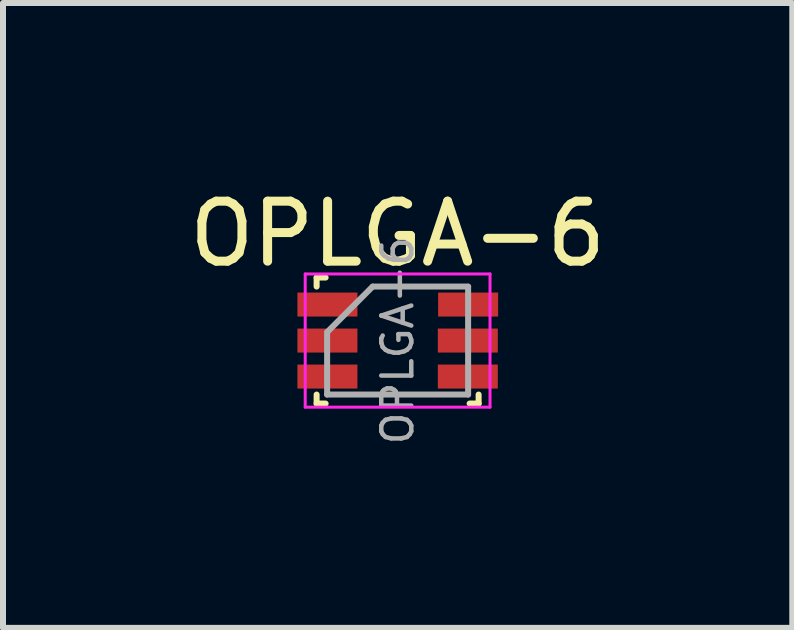
<source format=kicad_pcb>
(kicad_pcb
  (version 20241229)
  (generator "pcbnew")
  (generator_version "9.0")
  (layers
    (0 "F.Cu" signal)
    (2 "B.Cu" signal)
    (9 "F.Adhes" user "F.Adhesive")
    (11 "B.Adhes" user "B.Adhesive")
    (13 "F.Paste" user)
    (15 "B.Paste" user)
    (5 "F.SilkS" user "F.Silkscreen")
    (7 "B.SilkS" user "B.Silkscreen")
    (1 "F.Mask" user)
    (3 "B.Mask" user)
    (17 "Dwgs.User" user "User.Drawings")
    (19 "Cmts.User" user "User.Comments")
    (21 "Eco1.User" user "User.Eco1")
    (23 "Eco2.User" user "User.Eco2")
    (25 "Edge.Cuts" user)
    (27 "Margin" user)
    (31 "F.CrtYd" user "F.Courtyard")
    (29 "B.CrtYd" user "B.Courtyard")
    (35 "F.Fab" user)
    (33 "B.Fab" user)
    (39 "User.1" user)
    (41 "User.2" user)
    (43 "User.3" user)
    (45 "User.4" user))
  (footprint "OPLGA-6"
    (layer "F.Cu")
    (at 3.577 2.626)
    (property "Reference" "OPLGA-6" (at 0 -1.778 0) (layer "F.SilkS") (effects (font (size 1 1) (thickness 0.15))))
    (attr through_hole)
    (fp_line (start -1.35 -1.05) (end -1.35 -0.9) (stroke (width 0.1) (type solid)) (layer "F.SilkS"))
    (fp_line (start -1.35 -1.05) (end -1.2 -1.05) (stroke (width 0.1) (type solid)) (layer "F.SilkS"))
    (fp_line (start -1.35 1.05) (end -1.35 0.9) (stroke (width 0.1) (type solid)) (layer "F.SilkS"))
    (fp_line (start -1.35 1.05) (end -1.2 1.05) (stroke (width 0.1) (type solid)) (layer "F.SilkS"))
    (fp_line (start 1.35 0.9) (end 1.35 1.05) (stroke (width 0.1) (type solid)) (layer "F.SilkS"))
    (fp_line (start 1.35 1.05) (end 1.2 1.05) (stroke (width 0.1) (type solid)) (layer "F.SilkS"))
    (fp_line (start -1.54 -1.11) (end 1.54 -1.11) (stroke (width 0.05) (type solid)) (layer "F.CrtYd"))
    (fp_line (start -1.54 1.11) (end -1.54 -1.11) (stroke (width 0.05) (type solid)) (layer "F.CrtYd"))
    (fp_line (start 1.54 -1.11) (end 1.54 1.11) (stroke (width 0.05) (type solid)) (layer "F.CrtYd"))
    (fp_line (start 1.54 1.11) (end -1.54 1.11) (stroke (width 0.05) (type solid)) (layer "F.CrtYd"))
    (fp_line (start -1.175 0.9) (end -1.175 -0.14) (stroke (width 0.1) (type solid)) (layer "F.Fab"))
    (fp_line (start -1.168 -0.147) (end -0.417 -0.899) (stroke (width 0.1) (type solid)) (layer "F.Fab"))
    (fp_line (start -0.414 -0.9) (end 1.176 -0.9) (stroke (width 0.1) (type solid)) (layer "F.Fab"))
    (fp_line (start 1.175 -0.897) (end 1.175 0.9) (stroke (width 0.1) (type solid)) (layer "F.Fab"))
    (fp_line (start 1.175 0.9) (end -1.175 0.9) (stroke (width 0.1) (type solid)) (layer "F.Fab"))
    (fp_text user "${REFERENCE}" (at 0 0 90) (layer "F.Fab") (effects (font (size 0.5 0.5) (thickness 0.075))))
    (pad "1" smd rect (at -1.17 -0.6) (size 1 0.4) (layers "F.Cu" "F.Mask" "F.Paste"))
    (pad "2" smd rect (at -1.17 0) (size 1 0.4) (layers "F.Cu" "F.Mask" "F.Paste"))
    (pad "3" smd rect (at -1.17 0.6) (size 1 0.4) (layers "F.Cu" "F.Mask" "F.Paste"))
    (pad "4" smd rect (at 1.17 0.6) (size 1 0.4) (layers "F.Cu" "F.Mask" "F.Paste"))
    (pad "5" smd rect (at 1.17 0) (size 1 0.4) (layers "F.Cu" "F.Mask" "F.Paste"))
    (pad "6" smd rect (at 1.175 -0.6) (size 1 0.4) (layers "F.Cu" "F.Mask" "F.Paste")))
  (gr_rect
    (start -3 -3)
    (end 10.155 7.415)
    (stroke (width 0.1) (type default))
    (fill no)
    (layer "Edge.Cuts")))
</source>
